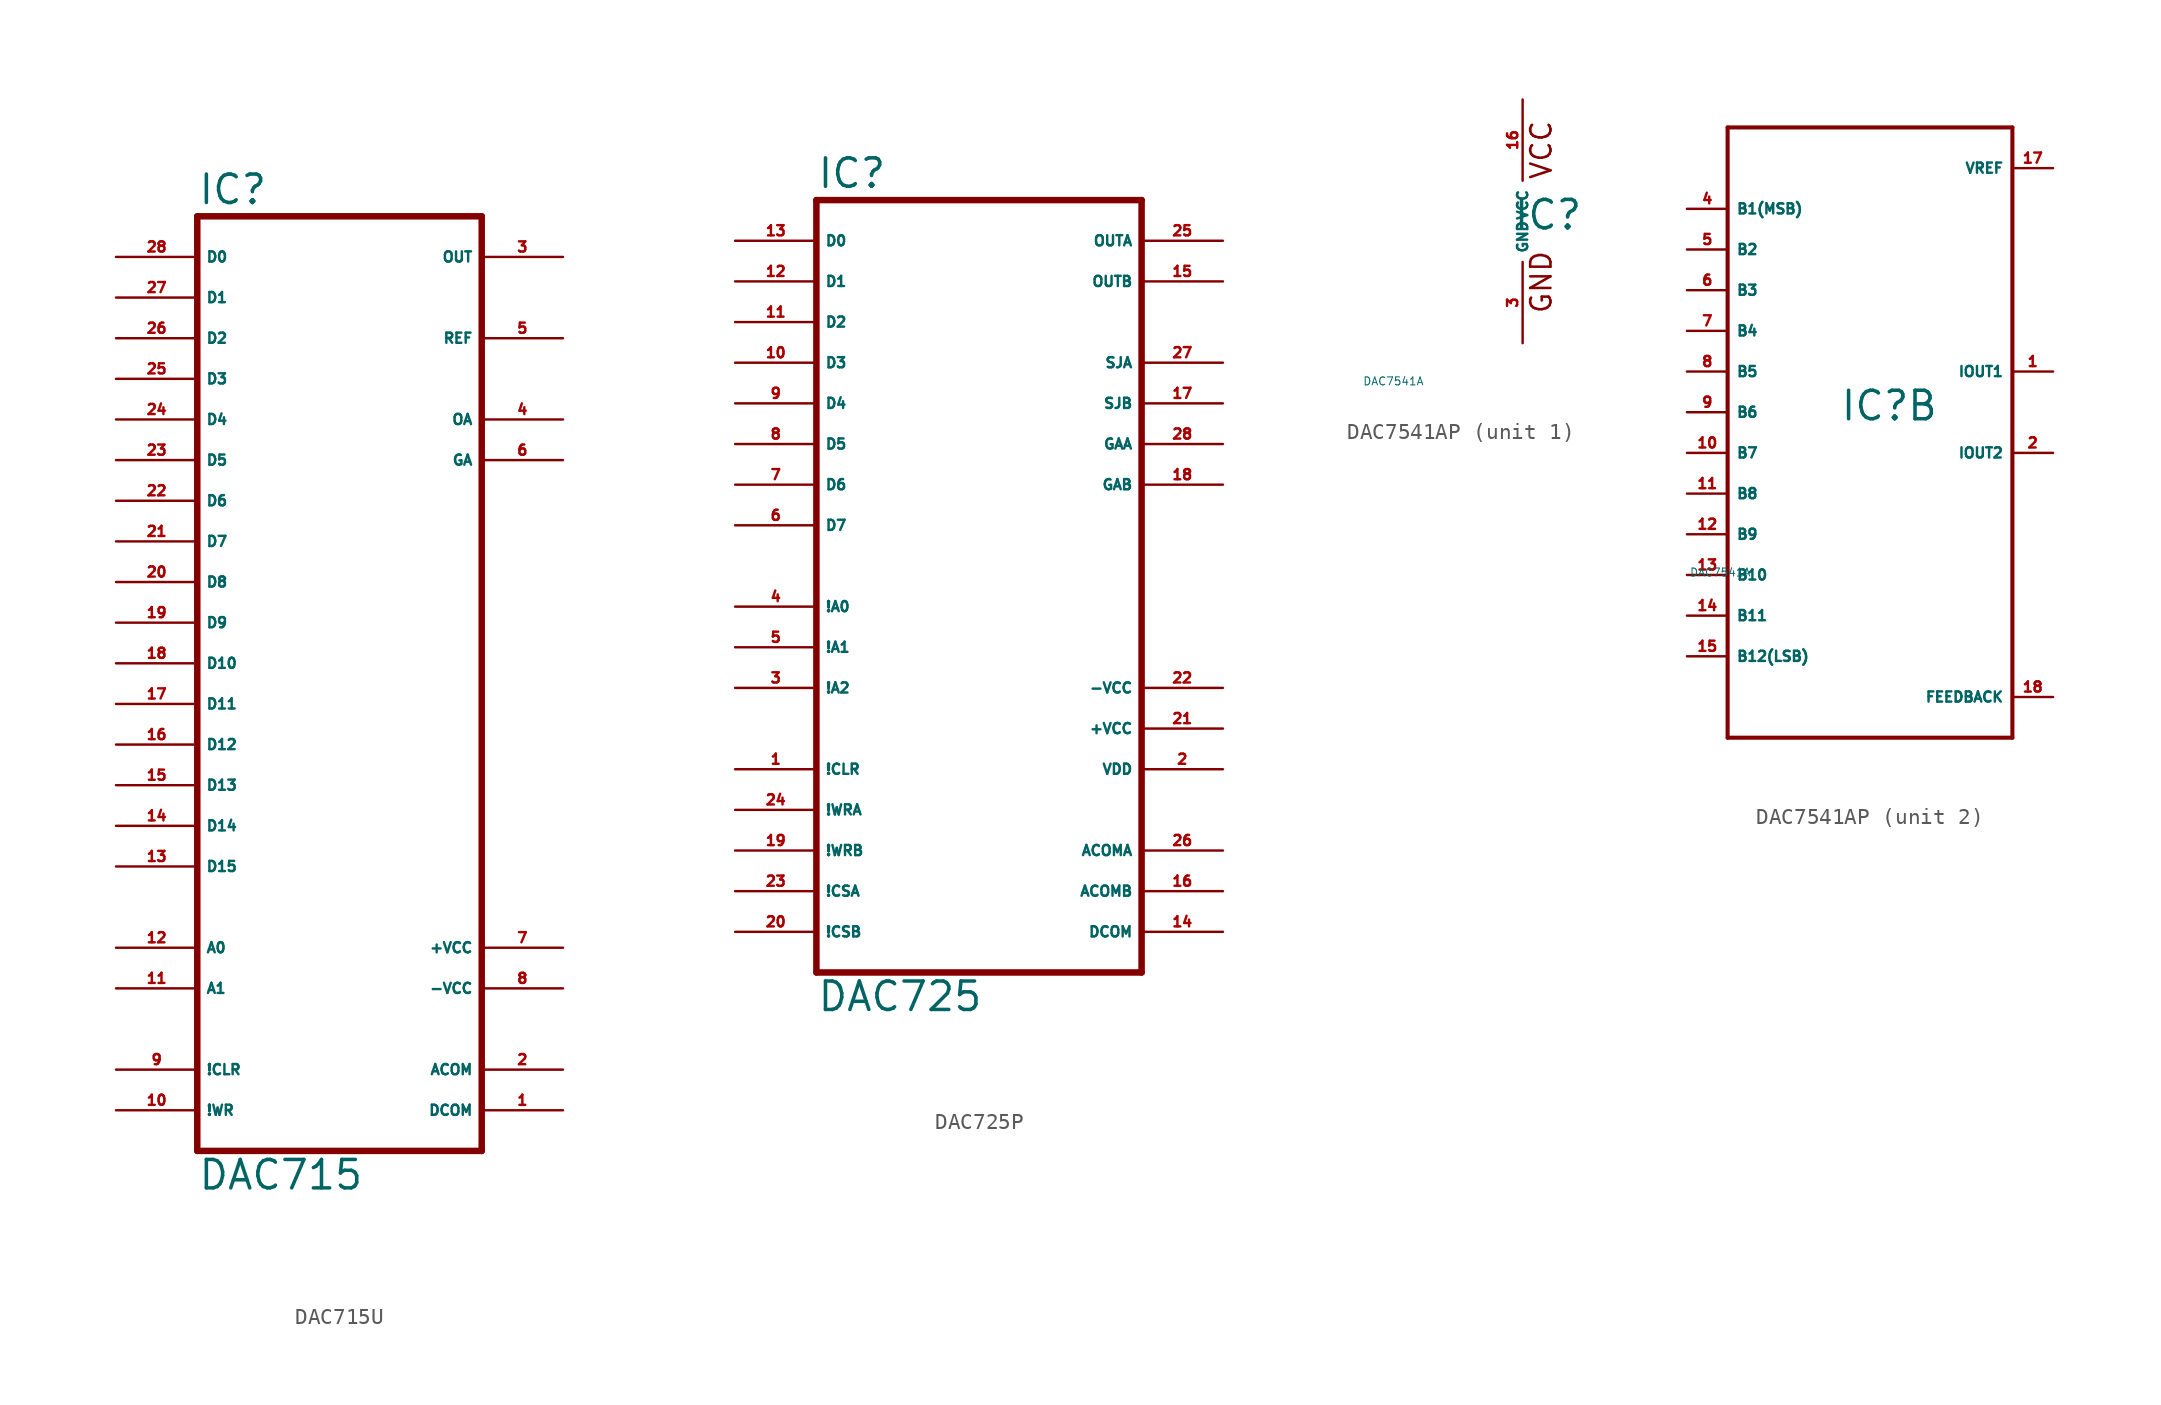
<source format=kicad_sym>
(kicad_symbol_lib
  (version 20220914)
  (generator Eagle2Kicad)
  (symbol "DAC715U"
    (property "Reference" "IC"
      (at -7.62 26.035 0)
      (effects (font (size 1.778 1.778) (thickness 0.22)) (justify left bottom)))
    (property "Value" "DAC715"
      (at -7.62 -35.56 0)
      (effects (font (size 1.778 1.778) (thickness 0.22)) (justify left bottom)))
    (polyline
      (pts (xy -7.62 -33.02) (xy 10.16 -33.02))
      (stroke (width 0.406) (type default))
      (fill (type none)))
    (polyline
      (pts (xy 10.16 -33.02) (xy 10.16 25.4))
      (stroke (width 0.406) (type default))
      (fill (type none)))
    (polyline
      (pts (xy 10.16 25.4) (xy -7.62 25.4))
      (stroke (width 0.406) (type default))
      (fill (type none)))
    (polyline
      (pts (xy -7.62 25.4) (xy -7.62 -33.02))
      (stroke (width 0.406) (type default))
      (fill (type none)))
    (pin input line
      (at -12.7 22.86 0)
      (length 5.08)
      (name "D0" (effects (font (size 0.635 0.635) (thickness 0.08)) (justify left bottom)))
      (number "28" (effects (font (size 0.635 0.635) (thickness 0.08)) (justify left bottom))))
    (pin input line
      (at -12.7 20.32 0)
      (length 5.08)
      (name "D1" (effects (font (size 0.635 0.635) (thickness 0.08)) (justify left bottom)))
      (number "27" (effects (font (size 0.635 0.635) (thickness 0.08)) (justify left bottom))))
    (pin input line
      (at -12.7 17.78 0)
      (length 5.08)
      (name "D2" (effects (font (size 0.635 0.635) (thickness 0.08)) (justify left bottom)))
      (number "26" (effects (font (size 0.635 0.635) (thickness 0.08)) (justify left bottom))))
    (pin input line
      (at -12.7 15.24 0)
      (length 5.08)
      (name "D3" (effects (font (size 0.635 0.635) (thickness 0.08)) (justify left bottom)))
      (number "25" (effects (font (size 0.635 0.635) (thickness 0.08)) (justify left bottom))))
    (pin input line
      (at -12.7 12.7 0)
      (length 5.08)
      (name "D4" (effects (font (size 0.635 0.635) (thickness 0.08)) (justify left bottom)))
      (number "24" (effects (font (size 0.635 0.635) (thickness 0.08)) (justify left bottom))))
    (pin input line
      (at -12.7 10.16 0)
      (length 5.08)
      (name "D5" (effects (font (size 0.635 0.635) (thickness 0.08)) (justify left bottom)))
      (number "23" (effects (font (size 0.635 0.635) (thickness 0.08)) (justify left bottom))))
    (pin input line
      (at -12.7 7.62 0)
      (length 5.08)
      (name "D6" (effects (font (size 0.635 0.635) (thickness 0.08)) (justify left bottom)))
      (number "22" (effects (font (size 0.635 0.635) (thickness 0.08)) (justify left bottom))))
    (pin input line
      (at -12.7 5.08 0)
      (length 5.08)
      (name "D7" (effects (font (size 0.635 0.635) (thickness 0.08)) (justify left bottom)))
      (number "21" (effects (font (size 0.635 0.635) (thickness 0.08)) (justify left bottom))))
    (pin input line
      (at -12.7 2.54 0)
      (length 5.08)
      (name "D8" (effects (font (size 0.635 0.635) (thickness 0.08)) (justify left bottom)))
      (number "20" (effects (font (size 0.635 0.635) (thickness 0.08)) (justify left bottom))))
    (pin input line
      (at -12.7 0 0)
      (length 5.08)
      (name "D9" (effects (font (size 0.635 0.635) (thickness 0.08)) (justify left bottom)))
      (number "19" (effects (font (size 0.635 0.635) (thickness 0.08)) (justify left bottom))))
    (pin input line
      (at -12.7 -2.54 0)
      (length 5.08)
      (name "D10" (effects (font (size 0.635 0.635) (thickness 0.08)) (justify left bottom)))
      (number "18" (effects (font (size 0.635 0.635) (thickness 0.08)) (justify left bottom))))
    (pin input line
      (at -12.7 -5.08 0)
      (length 5.08)
      (name "D11" (effects (font (size 0.635 0.635) (thickness 0.08)) (justify left bottom)))
      (number "17" (effects (font (size 0.635 0.635) (thickness 0.08)) (justify left bottom))))
    (pin input line
      (at -12.7 -7.62 0)
      (length 5.08)
      (name "D12" (effects (font (size 0.635 0.635) (thickness 0.08)) (justify left bottom)))
      (number "16" (effects (font (size 0.635 0.635) (thickness 0.08)) (justify left bottom))))
    (pin input line
      (at -12.7 -10.16 0)
      (length 5.08)
      (name "D13" (effects (font (size 0.635 0.635) (thickness 0.08)) (justify left bottom)))
      (number "15" (effects (font (size 0.635 0.635) (thickness 0.08)) (justify left bottom))))
    (pin input line
      (at -12.7 -12.7 0)
      (length 5.08)
      (name "D14" (effects (font (size 0.635 0.635) (thickness 0.08)) (justify left bottom)))
      (number "14" (effects (font (size 0.635 0.635) (thickness 0.08)) (justify left bottom))))
    (pin input line
      (at -12.7 -20.32 0)
      (length 5.08)
      (name "A0" (effects (font (size 0.635 0.635) (thickness 0.08)) (justify left bottom)))
      (number "12" (effects (font (size 0.635 0.635) (thickness 0.08)) (justify left bottom))))
    (pin input line
      (at -12.7 -22.86 0)
      (length 5.08)
      (name "A1" (effects (font (size 0.635 0.635) (thickness 0.08)) (justify left bottom)))
      (number "11" (effects (font (size 0.635 0.635) (thickness 0.08)) (justify left bottom))))
    (pin input line
      (at -12.7 -27.94 0)
      (length 5.08)
      (name "!CLR" (effects (font (size 0.635 0.635) (thickness 0.08)) (justify left bottom)))
      (number "9" (effects (font (size 0.635 0.635) (thickness 0.08)) (justify left bottom))))
    (pin input line
      (at -12.7 -30.48 0)
      (length 5.08)
      (name "!WR" (effects (font (size 0.635 0.635) (thickness 0.08)) (justify left bottom)))
      (number "10" (effects (font (size 0.635 0.635) (thickness 0.08)) (justify left bottom))))
    (pin output line
      (at 15.24 22.86 180)
      (length 5.08)
      (name "OUT" (effects (font (size 0.635 0.635) (thickness 0.08)) (justify left bottom)))
      (number "3" (effects (font (size 0.635 0.635) (thickness 0.08)) (justify left bottom))))
    (pin output line
      (at 15.24 17.78 180)
      (length 5.08)
      (name "REF" (effects (font (size 0.635 0.635) (thickness 0.08)) (justify left bottom)))
      (number "5" (effects (font (size 0.635 0.635) (thickness 0.08)) (justify left bottom))))
    (pin unspecified line
      (at 15.24 -30.48 180)
      (length 5.08)
      (name "DCOM" (effects (font (size 0.635 0.635) (thickness 0.08)) (justify left bottom)))
      (number "1" (effects (font (size 0.635 0.635) (thickness 0.08)) (justify left bottom))))
    (pin unspecified line
      (at 15.24 -27.94 180)
      (length 5.08)
      (name "ACOM" (effects (font (size 0.635 0.635) (thickness 0.08)) (justify left bottom)))
      (number "2" (effects (font (size 0.635 0.635) (thickness 0.08)) (justify left bottom))))
    (pin unspecified line
      (at 15.24 -22.86 180)
      (length 5.08)
      (name "-VCC" (effects (font (size 0.635 0.635) (thickness 0.08)) (justify left bottom)))
      (number "8" (effects (font (size 0.635 0.635) (thickness 0.08)) (justify left bottom))))
    (pin unspecified line
      (at 15.24 -20.32 180)
      (length 5.08)
      (name "+VCC" (effects (font (size 0.635 0.635) (thickness 0.08)) (justify left bottom)))
      (number "7" (effects (font (size 0.635 0.635) (thickness 0.08)) (justify left bottom))))
    (pin passive line
      (at 15.24 12.7 180)
      (length 5.08)
      (name "OA" (effects (font (size 0.635 0.635) (thickness 0.08)) (justify left bottom)))
      (number "4" (effects (font (size 0.635 0.635) (thickness 0.08)) (justify left bottom))))
    (pin passive line
      (at 15.24 10.16 180)
      (length 5.08)
      (name "GA" (effects (font (size 0.635 0.635) (thickness 0.08)) (justify left bottom)))
      (number "6" (effects (font (size 0.635 0.635) (thickness 0.08)) (justify left bottom))))
    (pin input line
      (at -12.7 -15.24 0)
      (length 5.08)
      (name "D15" (effects (font (size 0.635 0.635) (thickness 0.08)) (justify left bottom)))
      (number "13" (effects (font (size 0.635 0.635) (thickness 0.08)) (justify left bottom)))))
  (symbol "DAC725P"
    (property "Reference" "IC"
      (at -10.16 23.495 0)
      (effects (font (size 1.778 1.778) (thickness 0.22)) (justify left bottom)))
    (property "Value" "DAC725"
      (at -10.16 -27.94 0)
      (effects (font (size 1.778 1.778) (thickness 0.22)) (justify left bottom)))
    (polyline
      (pts (xy -10.16 -25.4) (xy 10.16 -25.4))
      (stroke (width 0.406) (type default))
      (fill (type none)))
    (polyline
      (pts (xy 10.16 -25.4) (xy 10.16 22.86))
      (stroke (width 0.406) (type default))
      (fill (type none)))
    (polyline
      (pts (xy 10.16 22.86) (xy -10.16 22.86))
      (stroke (width 0.406) (type default))
      (fill (type none)))
    (polyline
      (pts (xy -10.16 22.86) (xy -10.16 -25.4))
      (stroke (width 0.406) (type default))
      (fill (type none)))
    (pin input line
      (at -15.24 20.32 0)
      (length 5.08)
      (name "D0" (effects (font (size 0.635 0.635) (thickness 0.08)) (justify left bottom)))
      (number "13" (effects (font (size 0.635 0.635) (thickness 0.08)) (justify left bottom))))
    (pin input line
      (at -15.24 17.78 0)
      (length 5.08)
      (name "D1" (effects (font (size 0.635 0.635) (thickness 0.08)) (justify left bottom)))
      (number "12" (effects (font (size 0.635 0.635) (thickness 0.08)) (justify left bottom))))
    (pin input line
      (at -15.24 15.24 0)
      (length 5.08)
      (name "D2" (effects (font (size 0.635 0.635) (thickness 0.08)) (justify left bottom)))
      (number "11" (effects (font (size 0.635 0.635) (thickness 0.08)) (justify left bottom))))
    (pin input line
      (at -15.24 12.7 0)
      (length 5.08)
      (name "D3" (effects (font (size 0.635 0.635) (thickness 0.08)) (justify left bottom)))
      (number "10" (effects (font (size 0.635 0.635) (thickness 0.08)) (justify left bottom))))
    (pin input line
      (at -15.24 10.16 0)
      (length 5.08)
      (name "D4" (effects (font (size 0.635 0.635) (thickness 0.08)) (justify left bottom)))
      (number "9" (effects (font (size 0.635 0.635) (thickness 0.08)) (justify left bottom))))
    (pin input line
      (at -15.24 7.62 0)
      (length 5.08)
      (name "D5" (effects (font (size 0.635 0.635) (thickness 0.08)) (justify left bottom)))
      (number "8" (effects (font (size 0.635 0.635) (thickness 0.08)) (justify left bottom))))
    (pin input line
      (at -15.24 5.08 0)
      (length 5.08)
      (name "D6" (effects (font (size 0.635 0.635) (thickness 0.08)) (justify left bottom)))
      (number "7" (effects (font (size 0.635 0.635) (thickness 0.08)) (justify left bottom))))
    (pin input line
      (at -15.24 2.54 0)
      (length 5.08)
      (name "D7" (effects (font (size 0.635 0.635) (thickness 0.08)) (justify left bottom)))
      (number "6" (effects (font (size 0.635 0.635) (thickness 0.08)) (justify left bottom))))
    (pin input line
      (at -15.24 -2.54 0)
      (length 5.08)
      (name "!A0" (effects (font (size 0.635 0.635) (thickness 0.08)) (justify left bottom)))
      (number "4" (effects (font (size 0.635 0.635) (thickness 0.08)) (justify left bottom))))
    (pin input line
      (at -15.24 -5.08 0)
      (length 5.08)
      (name "!A1" (effects (font (size 0.635 0.635) (thickness 0.08)) (justify left bottom)))
      (number "5" (effects (font (size 0.635 0.635) (thickness 0.08)) (justify left bottom))))
    (pin input line
      (at -15.24 -7.62 0)
      (length 5.08)
      (name "!A2" (effects (font (size 0.635 0.635) (thickness 0.08)) (justify left bottom)))
      (number "3" (effects (font (size 0.635 0.635) (thickness 0.08)) (justify left bottom))))
    (pin input line
      (at -15.24 -12.7 0)
      (length 5.08)
      (name "!CLR" (effects (font (size 0.635 0.635) (thickness 0.08)) (justify left bottom)))
      (number "1" (effects (font (size 0.635 0.635) (thickness 0.08)) (justify left bottom))))
    (pin input line
      (at -15.24 -15.24 0)
      (length 5.08)
      (name "!WRA" (effects (font (size 0.635 0.635) (thickness 0.08)) (justify left bottom)))
      (number "24" (effects (font (size 0.635 0.635) (thickness 0.08)) (justify left bottom))))
    (pin input line
      (at -15.24 -17.78 0)
      (length 5.08)
      (name "!WRB" (effects (font (size 0.635 0.635) (thickness 0.08)) (justify left bottom)))
      (number "19" (effects (font (size 0.635 0.635) (thickness 0.08)) (justify left bottom))))
    (pin input line
      (at -15.24 -20.32 0)
      (length 5.08)
      (name "!CSA" (effects (font (size 0.635 0.635) (thickness 0.08)) (justify left bottom)))
      (number "23" (effects (font (size 0.635 0.635) (thickness 0.08)) (justify left bottom))))
    (pin input line
      (at -15.24 -22.86 0)
      (length 5.08)
      (name "!CSB" (effects (font (size 0.635 0.635) (thickness 0.08)) (justify left bottom)))
      (number "20" (effects (font (size 0.635 0.635) (thickness 0.08)) (justify left bottom))))
    (pin output line
      (at 15.24 20.32 180)
      (length 5.08)
      (name "OUTA" (effects (font (size 0.635 0.635) (thickness 0.08)) (justify left bottom)))
      (number "25" (effects (font (size 0.635 0.635) (thickness 0.08)) (justify left bottom))))
    (pin output line
      (at 15.24 17.78 180)
      (length 5.08)
      (name "OUTB" (effects (font (size 0.635 0.635) (thickness 0.08)) (justify left bottom)))
      (number "15" (effects (font (size 0.635 0.635) (thickness 0.08)) (justify left bottom))))
    (pin unspecified line
      (at 15.24 -22.86 180)
      (length 5.08)
      (name "DCOM" (effects (font (size 0.635 0.635) (thickness 0.08)) (justify left bottom)))
      (number "14" (effects (font (size 0.635 0.635) (thickness 0.08)) (justify left bottom))))
    (pin unspecified line
      (at 15.24 -20.32 180)
      (length 5.08)
      (name "ACOMB" (effects (font (size 0.635 0.635) (thickness 0.08)) (justify left bottom)))
      (number "16" (effects (font (size 0.635 0.635) (thickness 0.08)) (justify left bottom))))
    (pin unspecified line
      (at 15.24 -12.7 180)
      (length 5.08)
      (name "VDD" (effects (font (size 0.635 0.635) (thickness 0.08)) (justify left bottom)))
      (number "2" (effects (font (size 0.635 0.635) (thickness 0.08)) (justify left bottom))))
    (pin unspecified line
      (at 15.24 -10.16 180)
      (length 5.08)
      (name "+VCC" (effects (font (size 0.635 0.635) (thickness 0.08)) (justify left bottom)))
      (number "21" (effects (font (size 0.635 0.635) (thickness 0.08)) (justify left bottom))))
    (pin unspecified line
      (at 15.24 -7.62 180)
      (length 5.08)
      (name "-VCC" (effects (font (size 0.635 0.635) (thickness 0.08)) (justify left bottom)))
      (number "22" (effects (font (size 0.635 0.635) (thickness 0.08)) (justify left bottom))))
    (pin unspecified line
      (at 15.24 -17.78 180)
      (length 5.08)
      (name "ACOMA" (effects (font (size 0.635 0.635) (thickness 0.08)) (justify left bottom)))
      (number "26" (effects (font (size 0.635 0.635) (thickness 0.08)) (justify left bottom))))
    (pin passive line
      (at 15.24 12.7 180)
      (length 5.08)
      (name "SJA" (effects (font (size 0.635 0.635) (thickness 0.08)) (justify left bottom)))
      (number "27" (effects (font (size 0.635 0.635) (thickness 0.08)) (justify left bottom))))
    (pin passive line
      (at 15.24 10.16 180)
      (length 5.08)
      (name "SJB" (effects (font (size 0.635 0.635) (thickness 0.08)) (justify left bottom)))
      (number "17" (effects (font (size 0.635 0.635) (thickness 0.08)) (justify left bottom))))
    (pin passive line
      (at 15.24 5.08 180)
      (length 5.08)
      (name "GAB" (effects (font (size 0.635 0.635) (thickness 0.08)) (justify left bottom)))
      (number "18" (effects (font (size 0.635 0.635) (thickness 0.08)) (justify left bottom))))
    (pin passive line
      (at 15.24 7.62 180)
      (length 5.08)
      (name "GAA" (effects (font (size 0.635 0.635) (thickness 0.08)) (justify left bottom)))
      (number "28" (effects (font (size 0.635 0.635) (thickness 0.08)) (justify left bottom)))))
  (symbol "DAC7541AP"
    (property "Reference" "IC"
      (at -0.635 -0.635 0)
      (effects (font (size 1.778 1.778) (thickness 0.22)) (justify left bottom)))
    (property "Value" "DAC7541A"
      (at -10 -10 0)
      (effects (font (size 0.5 0.5) (thickness 0.06)) (justify left)))
    (symbol "DAC7541AP_1_0"
      (text "GND" (at 1.905 -5.842 900) (effects (font (size 1.27 1.27) (thickness 0.16)) (justify left bottom)))
      (text "VCC" (at 1.905 2.54 900) (effects (font (size 1.27 1.27) (thickness 0.16)) (justify left bottom)))
      (pin unspecified line (at 0 -7.62 90) (length 5.08) (name "GND" (effects (font (size 0.635 0.635) (thickness 0.08)) (justify left bottom))) (number "3" (effects (font (size 0.635 0.635) (thickness 0.08)) (justify left bottom))))
      (pin unspecified line (at 0 7.62 270) (length 5.08) (name "VCC" (effects (font (size 0.635 0.635) (thickness 0.08)) (justify left bottom))) (number "16" (effects (font (size 0.635 0.635) (thickness 0.08)) (justify left bottom)))))
    (symbol "DAC7541AP_2_0"
      (polyline (pts (xy -7.62 17.78) (xy -7.62 -20.32)) (stroke (width 0.254) (type default)) (fill (type none)))
      (polyline (pts (xy -7.62 -20.32) (xy 10.16 -20.32)) (stroke (width 0.254) (type default)) (fill (type none)))
      (polyline (pts (xy 10.16 17.78) (xy 10.16 -20.32)) (stroke (width 0.254) (type default)) (fill (type none)))
      (polyline (pts (xy 10.16 17.78) (xy -7.62 17.78)) (stroke (width 0.254) (type default)) (fill (type none)))
      (pin input line (at -10.16 12.7 0) (length 2.54) (name "B1(MSB)" (effects (font (size 0.635 0.635) (thickness 0.08)) (justify left bottom))) (number "4" (effects (font (size 0.635 0.635) (thickness 0.08)) (justify left bottom))))
      (pin input line (at -10.16 10.16 0) (length 2.54) (name "B2" (effects (font (size 0.635 0.635) (thickness 0.08)) (justify left bottom))) (number "5" (effects (font (size 0.635 0.635) (thickness 0.08)) (justify left bottom))))
      (pin input line (at -10.16 7.62 0) (length 2.54) (name "B3" (effects (font (size 0.635 0.635) (thickness 0.08)) (justify left bottom))) (number "6" (effects (font (size 0.635 0.635) (thickness 0.08)) (justify left bottom))))
      (pin input line (at -10.16 5.08 0) (length 2.54) (name "B4" (effects (font (size 0.635 0.635) (thickness 0.08)) (justify left bottom))) (number "7" (effects (font (size 0.635 0.635) (thickness 0.08)) (justify left bottom))))
      (pin input line (at -10.16 2.54 0) (length 2.54) (name "B5" (effects (font (size 0.635 0.635) (thickness 0.08)) (justify left bottom))) (number "8" (effects (font (size 0.635 0.635) (thickness 0.08)) (justify left bottom))))
      (pin input line (at -10.16 0 0) (length 2.54) (name "B6" (effects (font (size 0.635 0.635) (thickness 0.08)) (justify left bottom))) (number "9" (effects (font (size 0.635 0.635) (thickness 0.08)) (justify left bottom))))
      (pin input line (at -10.16 -2.54 0) (length 2.54) (name "B7" (effects (font (size 0.635 0.635) (thickness 0.08)) (justify left bottom))) (number "10" (effects (font (size 0.635 0.635) (thickness 0.08)) (justify left bottom))))
      (pin input line (at -10.16 -5.08 0) (length 2.54) (name "B8" (effects (font (size 0.635 0.635) (thickness 0.08)) (justify left bottom))) (number "11" (effects (font (size 0.635 0.635) (thickness 0.08)) (justify left bottom))))
      (pin input line (at -10.16 -7.62 0) (length 2.54) (name "B9" (effects (font (size 0.635 0.635) (thickness 0.08)) (justify left bottom))) (number "12" (effects (font (size 0.635 0.635) (thickness 0.08)) (justify left bottom))))
      (pin input line (at -10.16 -10.16 0) (length 2.54) (name "B10" (effects (font (size 0.635 0.635) (thickness 0.08)) (justify left bottom))) (number "13" (effects (font (size 0.635 0.635) (thickness 0.08)) (justify left bottom))))
      (pin input line (at -10.16 -12.7 0) (length 2.54) (name "B11" (effects (font (size 0.635 0.635) (thickness 0.08)) (justify left bottom))) (number "14" (effects (font (size 0.635 0.635) (thickness 0.08)) (justify left bottom))))
      (pin input line (at -10.16 -15.24 0) (length 2.54) (name "B12(LSB)" (effects (font (size 0.635 0.635) (thickness 0.08)) (justify left bottom))) (number "15" (effects (font (size 0.635 0.635) (thickness 0.08)) (justify left bottom))))
      (pin output line (at 12.7 2.54 180) (length 2.54) (name "IOUT1" (effects (font (size 0.635 0.635) (thickness 0.08)) (justify left bottom))) (number "1" (effects (font (size 0.635 0.635) (thickness 0.08)) (justify left bottom))))
      (pin output line (at 12.7 -2.54 180) (length 2.54) (name "IOUT2" (effects (font (size 0.635 0.635) (thickness 0.08)) (justify left bottom))) (number "2" (effects (font (size 0.635 0.635) (thickness 0.08)) (justify left bottom))))
      (pin unspecified line (at 12.7 15.24 180) (length 2.54) (name "VREF" (effects (font (size 0.635 0.635) (thickness 0.08)) (justify left bottom))) (number "17" (effects (font (size 0.635 0.635) (thickness 0.08)) (justify left bottom))))
      (pin passive line (at 12.7 -17.78 180) (length 2.54) (name "FEEDBACK" (effects (font (size 0.635 0.635) (thickness 0.08)) (justify left bottom))) (number "18" (effects (font (size 0.635 0.635) (thickness 0.08)) (justify left bottom)))))))
</source>
